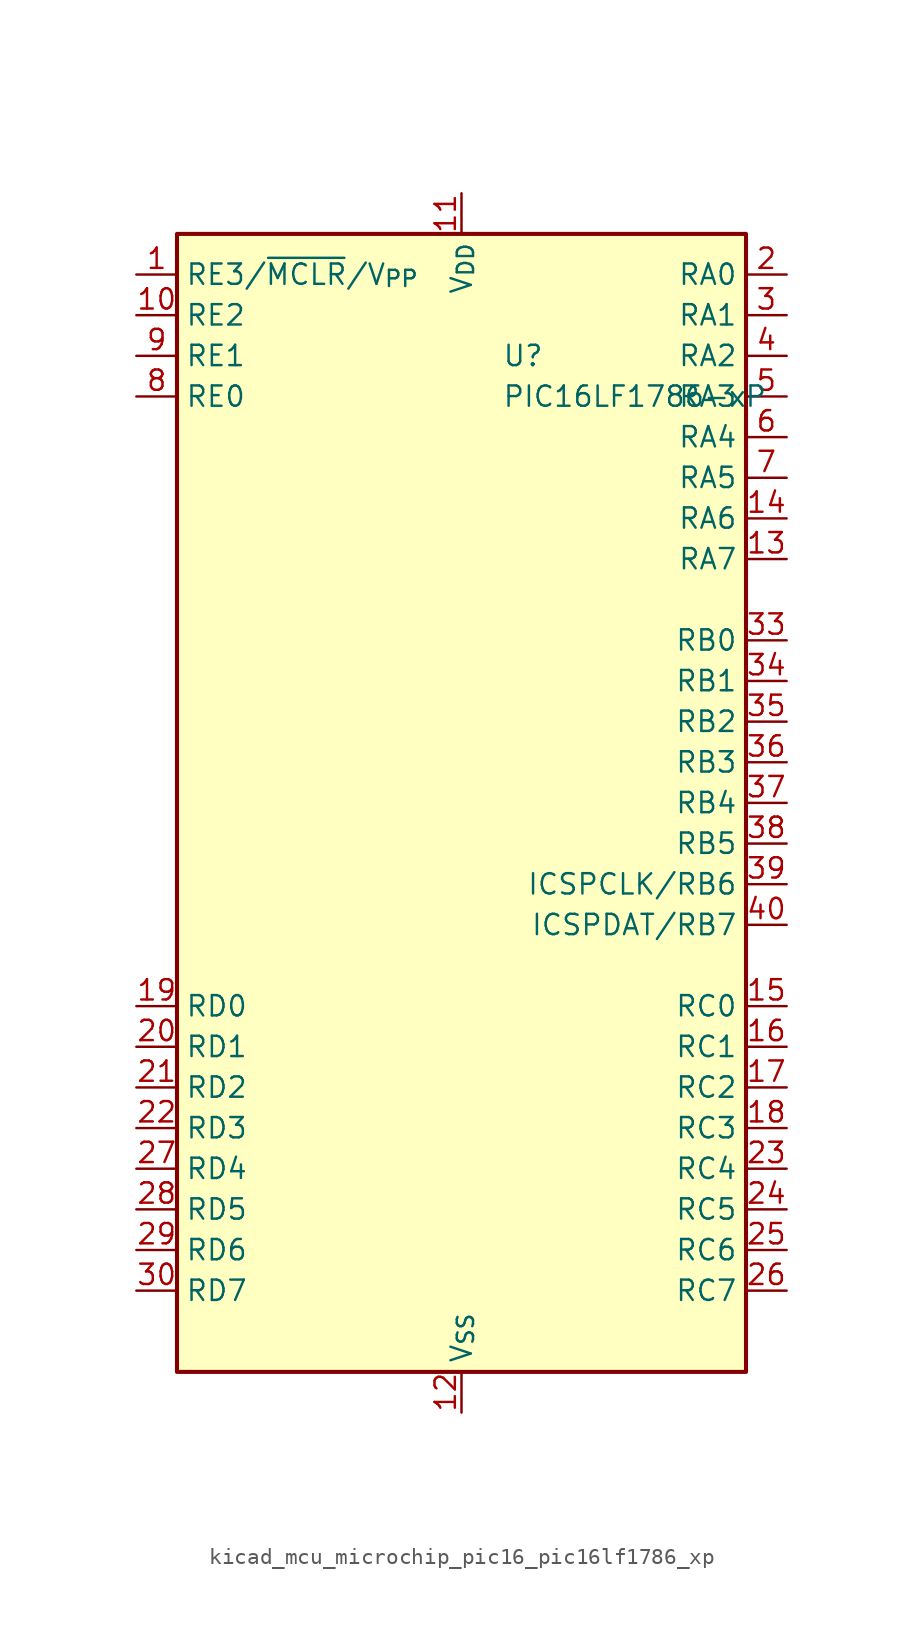
<source format=kicad_sym>
(kicad_symbol_lib
  (version 20220914)
  (generator kicad_symbol_editor)
  (symbol "kicad_mcu_microchip_pic16_pic16lf1786_xp"
    (property "Reference" "U"
      (at 2.54 27.94 0)
      (effects (font (size 1.27 1.27)) (justify left)))
    (property "Value" "PIC16LF1786-xP"
      (at 2.54 25.4 0)
      (effects (font (size 1.27 1.27)) (justify left)))
    (symbol "kicad_mcu_microchip_pic16_pic16lf1786_xp_0_1"
      (rectangle (start -17.78 35.56) (end 17.78 -35.56) (stroke (width 0.254) (type default)) (fill (type background))))
    (symbol "kicad_mcu_microchip_pic16_pic16lf1786_xp_1_1"
      (pin input line (at -20.32 33.02 0) (length 2.54) (name "RE3/~{MCLR}/V_{PP}" (effects (font (size 1.27 1.27)))) (number "1" (effects (font (size 1.27 1.27)))))
      (pin bidirectional line (at -20.32 30.48 0) (length 2.54) (name "RE2" (effects (font (size 1.27 1.27)))) (number "10" (effects (font (size 1.27 1.27)))))
      (pin power_in line (at 0 38.1 270) (length 2.54) (name "V_{DD}" (effects (font (size 1.27 1.27)))) (number "11" (effects (font (size 1.27 1.27)))))
      (pin power_in line (at 0 -38.1 90) (length 2.54) (name "V_{SS}" (effects (font (size 1.27 1.27)))) (number "12" (effects (font (size 1.27 1.27)))))
      (pin bidirectional line (at 20.32 15.24 180) (length 2.54) (name "RA7" (effects (font (size 1.27 1.27)))) (number "13" (effects (font (size 1.27 1.27)))))
      (pin bidirectional line (at 20.32 17.78 180) (length 2.54) (name "RA6" (effects (font (size 1.27 1.27)))) (number "14" (effects (font (size 1.27 1.27)))))
      (pin bidirectional line (at 20.32 -12.7 180) (length 2.54) (name "RC0" (effects (font (size 1.27 1.27)))) (number "15" (effects (font (size 1.27 1.27)))))
      (pin bidirectional line (at 20.32 -15.24 180) (length 2.54) (name "RC1" (effects (font (size 1.27 1.27)))) (number "16" (effects (font (size 1.27 1.27)))))
      (pin bidirectional line (at 20.32 -17.78 180) (length 2.54) (name "RC2" (effects (font (size 1.27 1.27)))) (number "17" (effects (font (size 1.27 1.27)))))
      (pin bidirectional line (at 20.32 -20.32 180) (length 2.54) (name "RC3" (effects (font (size 1.27 1.27)))) (number "18" (effects (font (size 1.27 1.27)))))
      (pin bidirectional line (at -20.32 -12.7 0) (length 2.54) (name "RD0" (effects (font (size 1.27 1.27)))) (number "19" (effects (font (size 1.27 1.27)))))
      (pin bidirectional line (at 20.32 33.02 180) (length 2.54) (name "RA0" (effects (font (size 1.27 1.27)))) (number "2" (effects (font (size 1.27 1.27)))))
      (pin bidirectional line (at -20.32 -15.24 0) (length 2.54) (name "RD1" (effects (font (size 1.27 1.27)))) (number "20" (effects (font (size 1.27 1.27)))))
      (pin bidirectional line (at -20.32 -17.78 0) (length 2.54) (name "RD2" (effects (font (size 1.27 1.27)))) (number "21" (effects (font (size 1.27 1.27)))))
      (pin bidirectional line (at -20.32 -20.32 0) (length 2.54) (name "RD3" (effects (font (size 1.27 1.27)))) (number "22" (effects (font (size 1.27 1.27)))))
      (pin bidirectional line (at 20.32 -22.86 180) (length 2.54) (name "RC4" (effects (font (size 1.27 1.27)))) (number "23" (effects (font (size 1.27 1.27)))))
      (pin bidirectional line (at 20.32 -25.4 180) (length 2.54) (name "RC5" (effects (font (size 1.27 1.27)))) (number "24" (effects (font (size 1.27 1.27)))))
      (pin bidirectional line (at 20.32 -27.94 180) (length 2.54) (name "RC6" (effects (font (size 1.27 1.27)))) (number "25" (effects (font (size 1.27 1.27)))))
      (pin bidirectional line (at 20.32 -30.48 180) (length 2.54) (name "RC7" (effects (font (size 1.27 1.27)))) (number "26" (effects (font (size 1.27 1.27)))))
      (pin bidirectional line (at -20.32 -22.86 0) (length 2.54) (name "RD4" (effects (font (size 1.27 1.27)))) (number "27" (effects (font (size 1.27 1.27)))))
      (pin bidirectional line (at -20.32 -25.4 0) (length 2.54) (name "RD5" (effects (font (size 1.27 1.27)))) (number "28" (effects (font (size 1.27 1.27)))))
      (pin bidirectional line (at -20.32 -27.94 0) (length 2.54) (name "RD6" (effects (font (size 1.27 1.27)))) (number "29" (effects (font (size 1.27 1.27)))))
      (pin bidirectional line (at 20.32 30.48 180) (length 2.54) (name "RA1" (effects (font (size 1.27 1.27)))) (number "3" (effects (font (size 1.27 1.27)))))
      (pin bidirectional line (at -20.32 -30.48 0) (length 2.54) (name "RD7" (effects (font (size 1.27 1.27)))) (number "30" (effects (font (size 1.27 1.27)))))
      (pin passive line (at 0 -38.1 90) (length 2.54) hide (name "V_{SS}" (effects (font (size 1.27 1.27)))) (number "31" (effects (font (size 1.27 1.27)))))
      (pin passive line (at 0 38.1 270) (length 2.54) hide (name "V_{DD}" (effects (font (size 1.27 1.27)))) (number "32" (effects (font (size 1.27 1.27)))))
      (pin bidirectional line (at 20.32 10.16 180) (length 2.54) (name "RB0" (effects (font (size 1.27 1.27)))) (number "33" (effects (font (size 1.27 1.27)))))
      (pin bidirectional line (at 20.32 7.62 180) (length 2.54) (name "RB1" (effects (font (size 1.27 1.27)))) (number "34" (effects (font (size 1.27 1.27)))))
      (pin bidirectional line (at 20.32 5.08 180) (length 2.54) (name "RB2" (effects (font (size 1.27 1.27)))) (number "35" (effects (font (size 1.27 1.27)))))
      (pin bidirectional line (at 20.32 2.54 180) (length 2.54) (name "RB3" (effects (font (size 1.27 1.27)))) (number "36" (effects (font (size 1.27 1.27)))))
      (pin bidirectional line (at 20.32 0 180) (length 2.54) (name "RB4" (effects (font (size 1.27 1.27)))) (number "37" (effects (font (size 1.27 1.27)))))
      (pin bidirectional line (at 20.32 -2.54 180) (length 2.54) (name "RB5" (effects (font (size 1.27 1.27)))) (number "38" (effects (font (size 1.27 1.27)))))
      (pin bidirectional line (at 20.32 -5.08 180) (length 2.54) (name "ICSPCLK/RB6" (effects (font (size 1.27 1.27)))) (number "39" (effects (font (size 1.27 1.27)))))
      (pin bidirectional line (at 20.32 27.94 180) (length 2.54) (name "RA2" (effects (font (size 1.27 1.27)))) (number "4" (effects (font (size 1.27 1.27)))))
      (pin bidirectional line (at 20.32 -7.62 180) (length 2.54) (name "ICSPDAT/RB7" (effects (font (size 1.27 1.27)))) (number "40" (effects (font (size 1.27 1.27)))))
      (pin bidirectional line (at 20.32 25.4 180) (length 2.54) (name "RA3" (effects (font (size 1.27 1.27)))) (number "5" (effects (font (size 1.27 1.27)))))
      (pin bidirectional line (at 20.32 22.86 180) (length 2.54) (name "RA4" (effects (font (size 1.27 1.27)))) (number "6" (effects (font (size 1.27 1.27)))))
      (pin bidirectional line (at 20.32 20.32 180) (length 2.54) (name "RA5" (effects (font (size 1.27 1.27)))) (number "7" (effects (font (size 1.27 1.27)))))
      (pin bidirectional line (at -20.32 25.4 0) (length 2.54) (name "RE0" (effects (font (size 1.27 1.27)))) (number "8" (effects (font (size 1.27 1.27)))))
      (pin bidirectional line (at -20.32 27.94 0) (length 2.54) (name "RE1" (effects (font (size 1.27 1.27)))) (number "9" (effects (font (size 1.27 1.27))))))))
</source>
